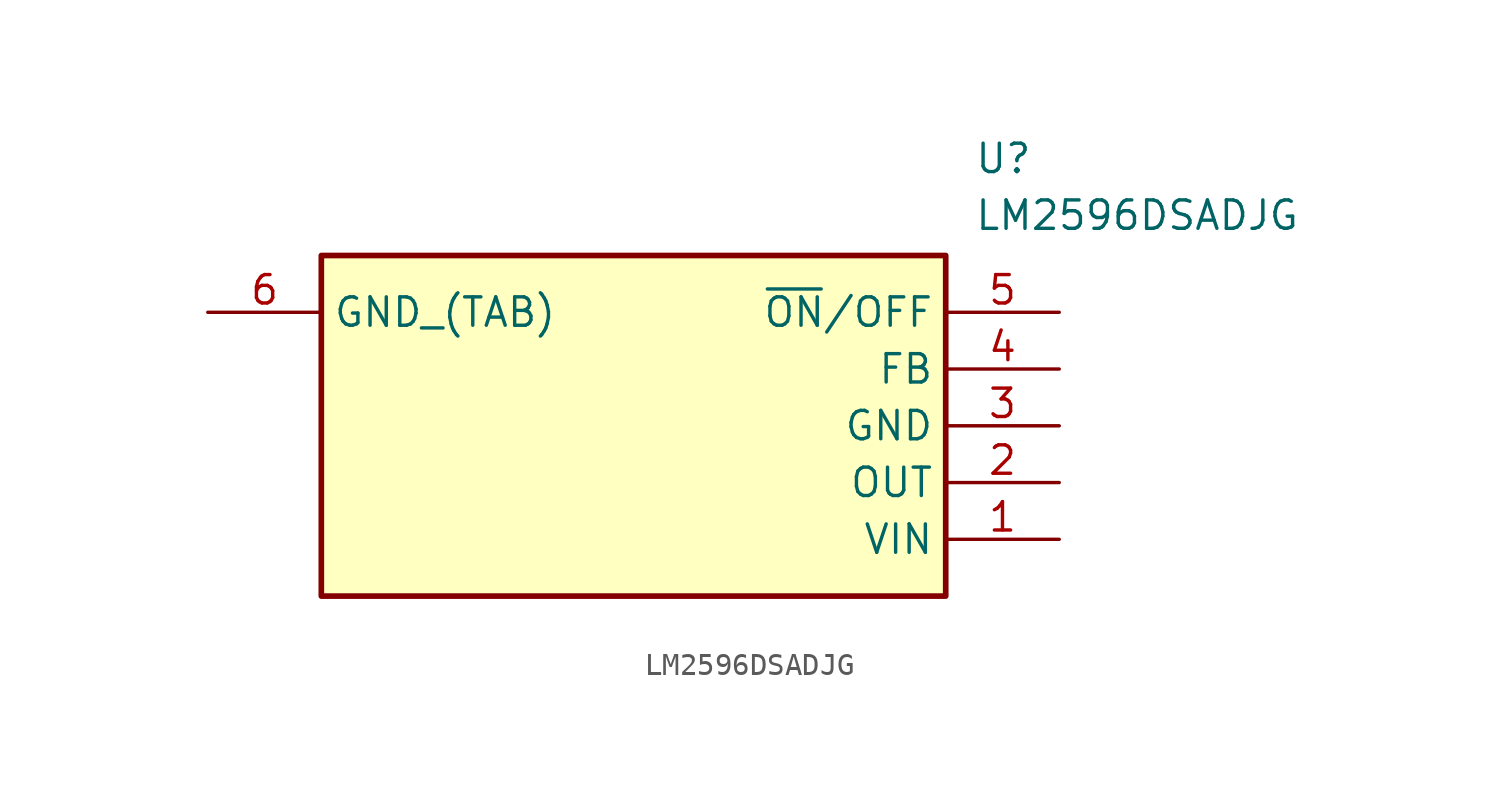
<source format=kicad_sym>
(kicad_symbol_lib
  (version 20211014)
  (generator SamacSys_ECAD_Model)
  (symbol "LM2596DSADJG"
    (property "Reference" "U"
      (at 34.29 7.62 0)
      (effects (font (size 1.27 1.27)) (justify left top)))
    (property "Value" "LM2596DSADJG"
      (at 34.29 5.08 0)
      (effects (font (size 1.27 1.27)) (justify left top)))
    (rectangle
      (start 5.08 2.54)
      (end 33.02 -12.7)
      (stroke (width 0.254) (type default))
      (fill (type background)))
    (pin input line
      (at 38.1 -10.16 180)
      (length 5.08)
      (name "VIN" (effects (font (size 1.27 1.27))))
      (number "1" (effects (font (size 1.27 1.27)))))
    (pin output line
      (at 38.1 -7.62 180)
      (length 5.08)
      (name "OUT" (effects (font (size 1.27 1.27))))
      (number "2" (effects (font (size 1.27 1.27)))))
    (pin power_in line
      (at 38.1 -5.08 180)
      (length 5.08)
      (name "GND" (effects (font (size 1.27 1.27))))
      (number "3" (effects (font (size 1.27 1.27)))))
    (pin passive line
      (at 38.1 -2.54 180)
      (length 5.08)
      (name "FB" (effects (font (size 1.27 1.27))))
      (number "4" (effects (font (size 1.27 1.27)))))
    (pin passive line
      (at 38.1 0 180)
      (length 5.08)
      (name "~{ON}/OFF" (effects (font (size 1.27 1.27))))
      (number "5" (effects (font (size 1.27 1.27)))))
    (pin power_in line
      (at 0 0 0)
      (length 5.08)
      (name "GND_(TAB)" (effects (font (size 1.27 1.27))))
      (number "6" (effects (font (size 1.27 1.27)))))))
</source>
